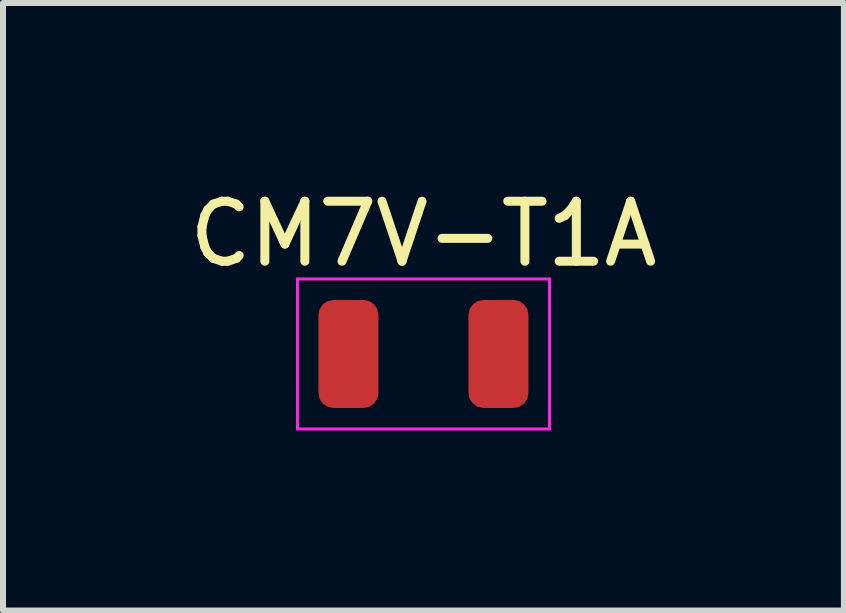
<source format=kicad_pcb>
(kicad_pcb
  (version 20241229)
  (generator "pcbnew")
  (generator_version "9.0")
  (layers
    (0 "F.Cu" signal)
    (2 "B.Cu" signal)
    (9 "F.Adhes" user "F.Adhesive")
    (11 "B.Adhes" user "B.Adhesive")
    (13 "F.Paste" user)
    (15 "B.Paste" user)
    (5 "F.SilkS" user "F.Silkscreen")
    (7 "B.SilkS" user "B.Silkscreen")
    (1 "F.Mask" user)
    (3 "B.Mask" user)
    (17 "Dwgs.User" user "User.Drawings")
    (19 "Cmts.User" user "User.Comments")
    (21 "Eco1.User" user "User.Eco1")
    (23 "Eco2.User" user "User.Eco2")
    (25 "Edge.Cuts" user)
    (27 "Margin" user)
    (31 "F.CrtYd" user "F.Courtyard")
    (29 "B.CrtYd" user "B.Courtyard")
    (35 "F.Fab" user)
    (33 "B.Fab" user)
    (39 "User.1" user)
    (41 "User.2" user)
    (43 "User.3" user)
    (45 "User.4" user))
  (footprint "CM7V-T1A"
    (layer "F.Cu")
    (at 4.006 2.848)
    (property "Reference" "CM7V-T1A" (at 0 -2 0) (layer "F.SilkS") (effects (font (size 1 1) (thickness 0.15))))
    (attr through_hole)
    (fp_line (start -2.1 -1.25) (end -2.1 1.25) (stroke (width 0.05) (type solid)) (layer "F.CrtYd"))
    (fp_line (start -2.1 1.25) (end 2.1 1.25) (stroke (width 0.05) (type solid)) (layer "F.CrtYd"))
    (fp_line (start 2.1 -1.25) (end -2.1 -1.25) (stroke (width 0.05) (type solid)) (layer "F.CrtYd"))
    (fp_line (start 2.1 1.25) (end 2.1 -1.25) (stroke (width 0.05) (type solid)) (layer "F.CrtYd"))
    (pad "1" smd roundrect (at -1.25 0) (size 1 1.8) (layers "F.Cu" "F.Mask" "F.Paste") (roundrect_rratio 0.25))
    (pad "2" smd roundrect (at 1.25 0) (size 1 1.8) (layers "F.Cu" "F.Mask" "F.Paste") (roundrect_rratio 0.25)))
  (gr_rect
    (start -3 -3)
    (end 11.012 7.123)
    (stroke (width 0.1) (type default))
    (fill no)
    (layer "Edge.Cuts")))
</source>
